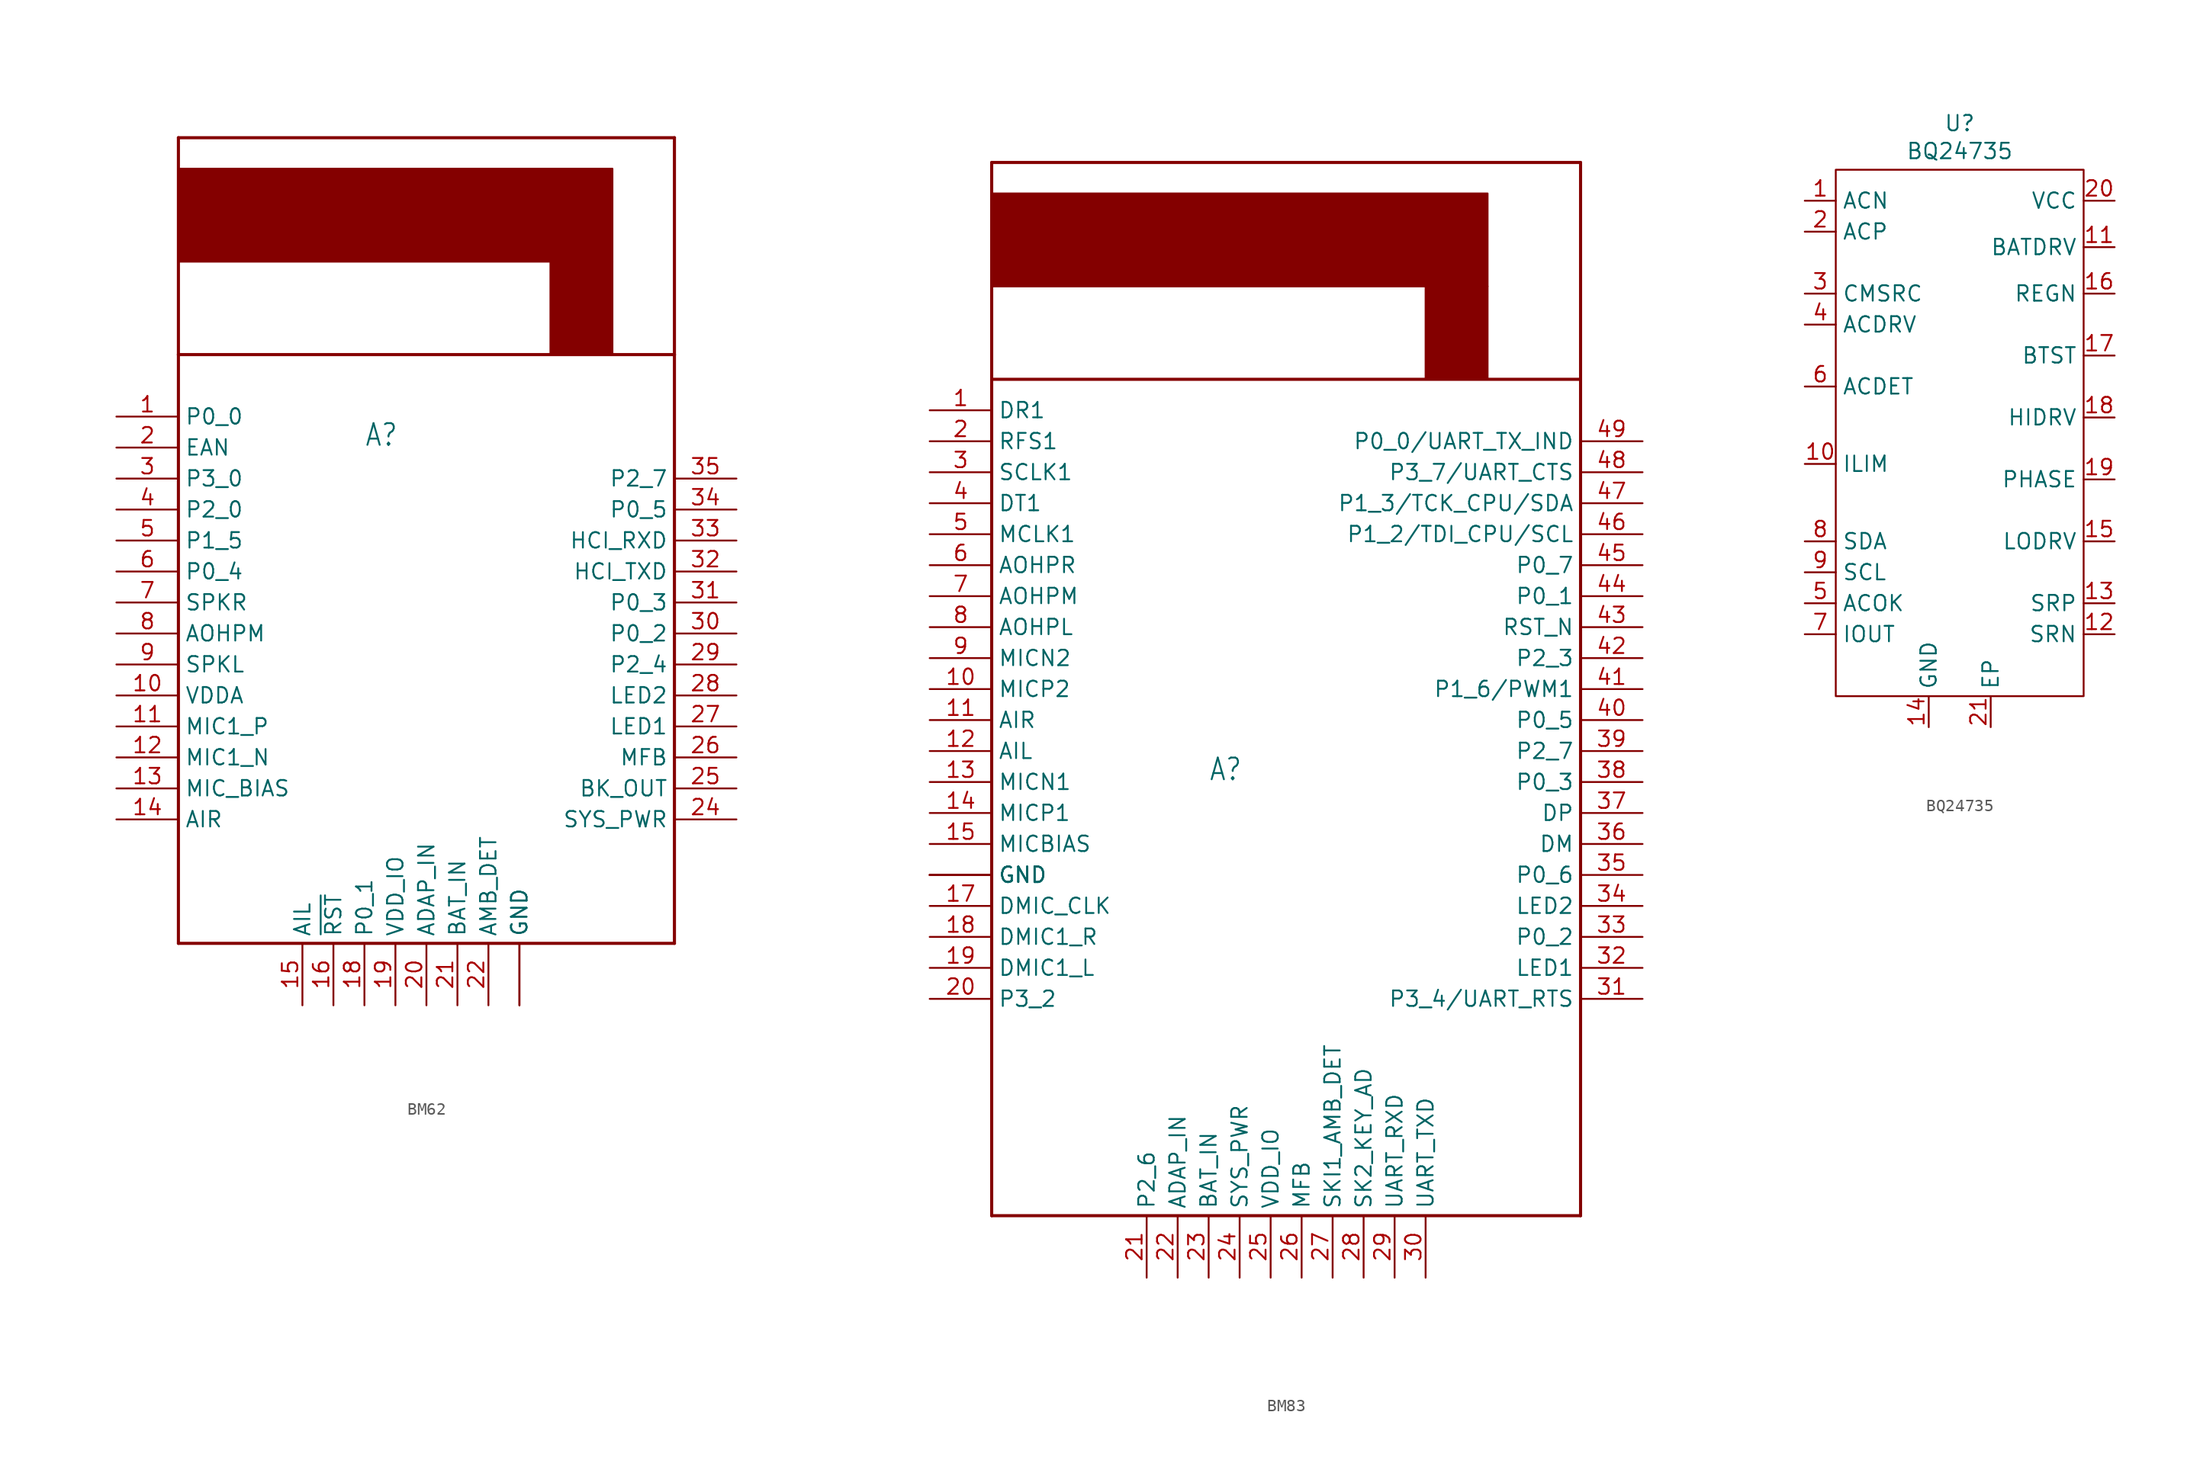
<source format=kicad_sym>
(kicad_symbol_lib
  (version 20231120)
  (generator "kicad_symbol_editor")
  (generator_version "8.0")
  (symbol "BM62"
    (property "Reference" "A"
      (at -5.08 15.24 0)
      (effects (font (size 1.778 1.511)) (justify left bottom)))
    (property "Value" ""
      (at -5.08 12.7 0)
      (effects (font (size 1.778 1.511)) (justify left bottom)))
    (property "ki_locked" ""
      (at 0 0 0)
      (effects (font (size 1.27 1.27))))
    (symbol "BM62_1_0"
      (rectangle (start -20.32 30.48) (end 15.24 38.1) (stroke (width 0) (type default)) (fill (type outline)))
      (polyline (pts (xy -20.32 -25.4) (xy 20.32 -25.4)) (stroke (width 0.254) (type solid)) (fill (type none)))
      (polyline (pts (xy -20.32 22.86) (xy -20.32 -25.4)) (stroke (width 0.254) (type solid)) (fill (type none)))
      (polyline (pts (xy -20.32 22.86) (xy 20.32 22.86)) (stroke (width 0.254) (type solid)) (fill (type none)))
      (polyline (pts (xy -20.32 40.64) (xy -20.32 22.86)) (stroke (width 0.254) (type solid)) (fill (type none)))
      (polyline (pts (xy 20.32 -25.4) (xy 20.32 22.86)) (stroke (width 0.254) (type solid)) (fill (type none)))
      (polyline (pts (xy 20.32 22.86) (xy 20.32 40.64)) (stroke (width 0.254) (type solid)) (fill (type none)))
      (polyline (pts (xy 20.32 40.64) (xy -20.32 40.64)) (stroke (width 0.254) (type solid)) (fill (type none)))
      (rectangle (start 10.16 22.86) (end 15.24 30.48) (stroke (width 0) (type default)) (fill (type outline)))
      (pin bidirectional line (at -25.4 17.78 0) (length 5.08) (name "P0_0" (effects (font (size 1.27 1.27)))) (number "1" (effects (font (size 1.27 1.27)))))
      (pin bidirectional line (at -25.4 -5.08 0) (length 5.08) (name "VDDA" (effects (font (size 1.27 1.27)))) (number "10" (effects (font (size 1.27 1.27)))))
      (pin bidirectional line (at -25.4 -7.62 0) (length 5.08) (name "MIC1_P" (effects (font (size 1.27 1.27)))) (number "11" (effects (font (size 1.27 1.27)))))
      (pin bidirectional line (at -25.4 -10.16 0) (length 5.08) (name "MIC1_N" (effects (font (size 1.27 1.27)))) (number "12" (effects (font (size 1.27 1.27)))))
      (pin bidirectional line (at -25.4 -12.7 0) (length 5.08) (name "MIC_BIAS" (effects (font (size 1.27 1.27)))) (number "13" (effects (font (size 1.27 1.27)))))
      (pin bidirectional line (at -25.4 -15.24 0) (length 5.08) (name "AIR" (effects (font (size 1.27 1.27)))) (number "14" (effects (font (size 1.27 1.27)))))
      (pin bidirectional line (at -10.16 -30.48 90) (length 5.08) (name "AIL" (effects (font (size 1.27 1.27)))) (number "15" (effects (font (size 1.27 1.27)))))
      (pin bidirectional line (at -7.62 -30.48 90) (length 5.08) (name "~{RST}" (effects (font (size 1.27 1.27)))) (number "16" (effects (font (size 1.27 1.27)))))
      (pin bidirectional line (at -5.08 -30.48 90) (length 5.08) (name "P0_1" (effects (font (size 1.27 1.27)))) (number "18" (effects (font (size 1.27 1.27)))))
      (pin bidirectional line (at -2.54 -30.48 90) (length 5.08) (name "VDD_IO" (effects (font (size 1.27 1.27)))) (number "19" (effects (font (size 1.27 1.27)))))
      (pin bidirectional line (at -25.4 15.24 0) (length 5.08) (name "EAN" (effects (font (size 1.27 1.27)))) (number "2" (effects (font (size 1.27 1.27)))))
      (pin bidirectional line (at 0 -30.48 90) (length 5.08) (name "ADAP_IN" (effects (font (size 1.27 1.27)))) (number "20" (effects (font (size 1.27 1.27)))))
      (pin bidirectional line (at 2.54 -30.48 90) (length 5.08) (name "BAT_IN" (effects (font (size 1.27 1.27)))) (number "21" (effects (font (size 1.27 1.27)))))
      (pin bidirectional line (at 5.08 -30.48 90) (length 5.08) (name "AMB_DET" (effects (font (size 1.27 1.27)))) (number "22" (effects (font (size 1.27 1.27)))))
      (pin bidirectional line (at 7.62 -30.48 90) (length 5.08) (name "GND" (effects (font (size 1.27 1.27)))) (number "23" (effects (font (size 0 0)))))
      (pin bidirectional line (at 25.4 -15.24 180) (length 5.08) (name "SYS_PWR" (effects (font (size 1.27 1.27)))) (number "24" (effects (font (size 1.27 1.27)))))
      (pin bidirectional line (at 25.4 -12.7 180) (length 5.08) (name "BK_OUT" (effects (font (size 1.27 1.27)))) (number "25" (effects (font (size 1.27 1.27)))))
      (pin bidirectional line (at 25.4 -10.16 180) (length 5.08) (name "MFB" (effects (font (size 1.27 1.27)))) (number "26" (effects (font (size 1.27 1.27)))))
      (pin bidirectional line (at 25.4 -7.62 180) (length 5.08) (name "LED1" (effects (font (size 1.27 1.27)))) (number "27" (effects (font (size 1.27 1.27)))))
      (pin bidirectional line (at 25.4 -5.08 180) (length 5.08) (name "LED2" (effects (font (size 1.27 1.27)))) (number "28" (effects (font (size 1.27 1.27)))))
      (pin bidirectional line (at 25.4 -2.54 180) (length 5.08) (name "P2_4" (effects (font (size 1.27 1.27)))) (number "29" (effects (font (size 1.27 1.27)))))
      (pin bidirectional line (at -25.4 12.7 0) (length 5.08) (name "P3_0" (effects (font (size 1.27 1.27)))) (number "3" (effects (font (size 1.27 1.27)))))
      (pin bidirectional line (at 25.4 0 180) (length 5.08) (name "P0_2" (effects (font (size 1.27 1.27)))) (number "30" (effects (font (size 1.27 1.27)))))
      (pin bidirectional line (at 25.4 2.54 180) (length 5.08) (name "P0_3" (effects (font (size 1.27 1.27)))) (number "31" (effects (font (size 1.27 1.27)))))
      (pin bidirectional line (at 25.4 5.08 180) (length 5.08) (name "HCI_TXD" (effects (font (size 1.27 1.27)))) (number "32" (effects (font (size 1.27 1.27)))))
      (pin bidirectional line (at 25.4 7.62 180) (length 5.08) (name "HCI_RXD" (effects (font (size 1.27 1.27)))) (number "33" (effects (font (size 1.27 1.27)))))
      (pin bidirectional line (at 25.4 10.16 180) (length 5.08) (name "P0_5" (effects (font (size 1.27 1.27)))) (number "34" (effects (font (size 1.27 1.27)))))
      (pin bidirectional line (at 25.4 12.7 180) (length 5.08) (name "P2_7" (effects (font (size 1.27 1.27)))) (number "35" (effects (font (size 1.27 1.27)))))
      (pin bidirectional line (at 7.62 -30.48 90) (length 5.08) (name "GND" (effects (font (size 1.27 1.27)))) (number "37" (effects (font (size 0 0)))))
      (pin bidirectional line (at -25.4 10.16 0) (length 5.08) (name "P2_0" (effects (font (size 1.27 1.27)))) (number "4" (effects (font (size 1.27 1.27)))))
      (pin bidirectional line (at -25.4 7.62 0) (length 5.08) (name "P1_5" (effects (font (size 1.27 1.27)))) (number "5" (effects (font (size 1.27 1.27)))))
      (pin bidirectional line (at -25.4 5.08 0) (length 5.08) (name "P0_4" (effects (font (size 1.27 1.27)))) (number "6" (effects (font (size 1.27 1.27)))))
      (pin bidirectional line (at -25.4 2.54 0) (length 5.08) (name "SPKR" (effects (font (size 1.27 1.27)))) (number "7" (effects (font (size 1.27 1.27)))))
      (pin bidirectional line (at -25.4 0 0) (length 5.08) (name "AOHPM" (effects (font (size 1.27 1.27)))) (number "8" (effects (font (size 1.27 1.27)))))
      (pin bidirectional line (at -25.4 -2.54 0) (length 5.08) (name "SPKL" (effects (font (size 1.27 1.27)))) (number "9" (effects (font (size 1.27 1.27)))))))
  (symbol "BM83"
    (property "Reference" "A"
      (at -5.08 0 0)
      (effects (font (size 1.778 1.511)) (justify left bottom)))
    (property "Value" ""
      (at -5.08 -2.54 0)
      (effects (font (size 1.778 1.511)) (justify left bottom)))
    (property "ki_locked" ""
      (at 0 0 0)
      (effects (font (size 1.27 1.27))))
    (symbol "BM83_1_0"
      (rectangle (start -22.86 40.64) (end 17.78 48.26) (stroke (width 0) (type default)) (fill (type outline)))
      (polyline (pts (xy -22.86 -35.56) (xy 25.4 -35.56)) (stroke (width 0.254) (type solid)) (fill (type none)))
      (polyline (pts (xy -22.86 33.02) (xy -22.86 -35.56)) (stroke (width 0.254) (type solid)) (fill (type none)))
      (polyline (pts (xy -22.86 33.02) (xy 25.4 33.02)) (stroke (width 0.254) (type solid)) (fill (type none)))
      (polyline (pts (xy -22.86 50.8) (xy -22.86 33.02)) (stroke (width 0.254) (type solid)) (fill (type none)))
      (polyline (pts (xy 25.4 -35.56) (xy 25.4 33.02)) (stroke (width 0.254) (type solid)) (fill (type none)))
      (polyline (pts (xy 25.4 33.02) (xy 25.4 50.8)) (stroke (width 0.254) (type solid)) (fill (type none)))
      (polyline (pts (xy 25.4 50.8) (xy -22.86 50.8)) (stroke (width 0.254) (type solid)) (fill (type none)))
      (rectangle (start 12.7 33.02) (end 17.78 40.64) (stroke (width 0) (type default)) (fill (type outline)))
      (pin bidirectional line (at -27.94 30.48 0) (length 5.08) (name "DR1" (effects (font (size 1.27 1.27)))) (number "1" (effects (font (size 1.27 1.27)))))
      (pin bidirectional line (at -27.94 7.62 0) (length 5.08) (name "MICP2" (effects (font (size 1.27 1.27)))) (number "10" (effects (font (size 1.27 1.27)))))
      (pin bidirectional line (at -27.94 5.08 0) (length 5.08) (name "AIR" (effects (font (size 1.27 1.27)))) (number "11" (effects (font (size 1.27 1.27)))))
      (pin bidirectional line (at -27.94 2.54 0) (length 5.08) (name "AIL" (effects (font (size 1.27 1.27)))) (number "12" (effects (font (size 1.27 1.27)))))
      (pin bidirectional line (at -27.94 0 0) (length 5.08) (name "MICN1" (effects (font (size 1.27 1.27)))) (number "13" (effects (font (size 1.27 1.27)))))
      (pin bidirectional line (at -27.94 -2.54 0) (length 5.08) (name "MICP1" (effects (font (size 1.27 1.27)))) (number "14" (effects (font (size 1.27 1.27)))))
      (pin bidirectional line (at -27.94 -5.08 0) (length 5.08) (name "MICBIAS" (effects (font (size 1.27 1.27)))) (number "15" (effects (font (size 1.27 1.27)))))
      (pin bidirectional line (at -27.94 -7.62 0) (length 5.08) (name "GND" (effects (font (size 1.27 1.27)))) (number "16" (effects (font (size 0 0)))))
      (pin bidirectional line (at -27.94 -10.16 0) (length 5.08) (name "DMIC_CLK" (effects (font (size 1.27 1.27)))) (number "17" (effects (font (size 1.27 1.27)))))
      (pin bidirectional line (at -27.94 -12.7 0) (length 5.08) (name "DMIC1_R" (effects (font (size 1.27 1.27)))) (number "18" (effects (font (size 1.27 1.27)))))
      (pin bidirectional line (at -27.94 -15.24 0) (length 5.08) (name "DMIC1_L" (effects (font (size 1.27 1.27)))) (number "19" (effects (font (size 1.27 1.27)))))
      (pin bidirectional line (at -27.94 27.94 0) (length 5.08) (name "RFS1" (effects (font (size 1.27 1.27)))) (number "2" (effects (font (size 1.27 1.27)))))
      (pin bidirectional line (at -27.94 -17.78 0) (length 5.08) (name "P3_2" (effects (font (size 1.27 1.27)))) (number "20" (effects (font (size 1.27 1.27)))))
      (pin bidirectional line (at -10.16 -40.64 90) (length 5.08) (name "P2_6" (effects (font (size 1.27 1.27)))) (number "21" (effects (font (size 1.27 1.27)))))
      (pin bidirectional line (at -7.62 -40.64 90) (length 5.08) (name "ADAP_IN" (effects (font (size 1.27 1.27)))) (number "22" (effects (font (size 1.27 1.27)))))
      (pin bidirectional line (at -5.08 -40.64 90) (length 5.08) (name "BAT_IN" (effects (font (size 1.27 1.27)))) (number "23" (effects (font (size 1.27 1.27)))))
      (pin bidirectional line (at -2.54 -40.64 90) (length 5.08) (name "SYS_PWR" (effects (font (size 1.27 1.27)))) (number "24" (effects (font (size 1.27 1.27)))))
      (pin bidirectional line (at 0 -40.64 90) (length 5.08) (name "VDD_IO" (effects (font (size 1.27 1.27)))) (number "25" (effects (font (size 1.27 1.27)))))
      (pin bidirectional line (at 2.54 -40.64 90) (length 5.08) (name "MFB" (effects (font (size 1.27 1.27)))) (number "26" (effects (font (size 1.27 1.27)))))
      (pin bidirectional line (at 5.08 -40.64 90) (length 5.08) (name "SKI1_AMB_DET" (effects (font (size 1.27 1.27)))) (number "27" (effects (font (size 1.27 1.27)))))
      (pin bidirectional line (at 7.62 -40.64 90) (length 5.08) (name "SK2_KEY_AD" (effects (font (size 1.27 1.27)))) (number "28" (effects (font (size 1.27 1.27)))))
      (pin bidirectional line (at 10.16 -40.64 90) (length 5.08) (name "UART_RXD" (effects (font (size 1.27 1.27)))) (number "29" (effects (font (size 1.27 1.27)))))
      (pin bidirectional line (at -27.94 25.4 0) (length 5.08) (name "SCLK1" (effects (font (size 1.27 1.27)))) (number "3" (effects (font (size 1.27 1.27)))))
      (pin bidirectional line (at 12.7 -40.64 90) (length 5.08) (name "UART_TXD" (effects (font (size 1.27 1.27)))) (number "30" (effects (font (size 1.27 1.27)))))
      (pin bidirectional line (at 30.48 -17.78 180) (length 5.08) (name "P3_4/UART_RTS" (effects (font (size 1.27 1.27)))) (number "31" (effects (font (size 1.27 1.27)))))
      (pin bidirectional line (at 30.48 -15.24 180) (length 5.08) (name "LED1" (effects (font (size 1.27 1.27)))) (number "32" (effects (font (size 1.27 1.27)))))
      (pin bidirectional line (at 30.48 -12.7 180) (length 5.08) (name "P0_2" (effects (font (size 1.27 1.27)))) (number "33" (effects (font (size 1.27 1.27)))))
      (pin bidirectional line (at 30.48 -10.16 180) (length 5.08) (name "LED2" (effects (font (size 1.27 1.27)))) (number "34" (effects (font (size 1.27 1.27)))))
      (pin bidirectional line (at 30.48 -7.62 180) (length 5.08) (name "P0_6" (effects (font (size 1.27 1.27)))) (number "35" (effects (font (size 1.27 1.27)))))
      (pin bidirectional line (at 30.48 -5.08 180) (length 5.08) (name "DM" (effects (font (size 1.27 1.27)))) (number "36" (effects (font (size 1.27 1.27)))))
      (pin bidirectional line (at 30.48 -2.54 180) (length 5.08) (name "DP" (effects (font (size 1.27 1.27)))) (number "37" (effects (font (size 1.27 1.27)))))
      (pin bidirectional line (at 30.48 0 180) (length 5.08) (name "P0_3" (effects (font (size 1.27 1.27)))) (number "38" (effects (font (size 1.27 1.27)))))
      (pin bidirectional line (at 30.48 2.54 180) (length 5.08) (name "P2_7" (effects (font (size 1.27 1.27)))) (number "39" (effects (font (size 1.27 1.27)))))
      (pin bidirectional line (at -27.94 22.86 0) (length 5.08) (name "DT1" (effects (font (size 1.27 1.27)))) (number "4" (effects (font (size 1.27 1.27)))))
      (pin bidirectional line (at 30.48 5.08 180) (length 5.08) (name "P0_5" (effects (font (size 1.27 1.27)))) (number "40" (effects (font (size 1.27 1.27)))))
      (pin bidirectional line (at 30.48 7.62 180) (length 5.08) (name "P1_6/PWM1" (effects (font (size 1.27 1.27)))) (number "41" (effects (font (size 1.27 1.27)))))
      (pin bidirectional line (at 30.48 10.16 180) (length 5.08) (name "P2_3" (effects (font (size 1.27 1.27)))) (number "42" (effects (font (size 1.27 1.27)))))
      (pin bidirectional line (at 30.48 12.7 180) (length 5.08) (name "RST_N" (effects (font (size 1.27 1.27)))) (number "43" (effects (font (size 1.27 1.27)))))
      (pin bidirectional line (at 30.48 15.24 180) (length 5.08) (name "P0_1" (effects (font (size 1.27 1.27)))) (number "44" (effects (font (size 1.27 1.27)))))
      (pin bidirectional line (at 30.48 17.78 180) (length 5.08) (name "P0_7" (effects (font (size 1.27 1.27)))) (number "45" (effects (font (size 1.27 1.27)))))
      (pin bidirectional line (at 30.48 20.32 180) (length 5.08) (name "P1_2/TDI_CPU/SCL" (effects (font (size 1.27 1.27)))) (number "46" (effects (font (size 1.27 1.27)))))
      (pin bidirectional line (at 30.48 22.86 180) (length 5.08) (name "P1_3/TCK_CPU/SDA" (effects (font (size 1.27 1.27)))) (number "47" (effects (font (size 1.27 1.27)))))
      (pin bidirectional line (at 30.48 25.4 180) (length 5.08) (name "P3_7/UART_CTS" (effects (font (size 1.27 1.27)))) (number "48" (effects (font (size 1.27 1.27)))))
      (pin bidirectional line (at 30.48 27.94 180) (length 5.08) (name "P0_0/UART_TX_IND" (effects (font (size 1.27 1.27)))) (number "49" (effects (font (size 1.27 1.27)))))
      (pin bidirectional line (at -27.94 20.32 0) (length 5.08) (name "MCLK1" (effects (font (size 1.27 1.27)))) (number "5" (effects (font (size 1.27 1.27)))))
      (pin bidirectional line (at -27.94 -7.62 0) (length 5.08) (name "GND" (effects (font (size 1.27 1.27)))) (number "50" (effects (font (size 0 0)))))
      (pin bidirectional line (at -27.94 17.78 0) (length 5.08) (name "AOHPR" (effects (font (size 1.27 1.27)))) (number "6" (effects (font (size 1.27 1.27)))))
      (pin bidirectional line (at -27.94 15.24 0) (length 5.08) (name "AOHPM" (effects (font (size 1.27 1.27)))) (number "7" (effects (font (size 1.27 1.27)))))
      (pin bidirectional line (at -27.94 12.7 0) (length 5.08) (name "AOHPL" (effects (font (size 1.27 1.27)))) (number "8" (effects (font (size 1.27 1.27)))))
      (pin bidirectional line (at -27.94 10.16 0) (length 5.08) (name "MICN2" (effects (font (size 1.27 1.27)))) (number "9" (effects (font (size 1.27 1.27)))))
      (pin bidirectional line (at -27.94 -7.62 0) (length 5.08) (name "GND" (effects (font (size 1.27 1.27)))) (number "G1" (effects (font (size 0 0)))))
      (pin bidirectional line (at -27.94 -7.62 0) (length 5.08) (name "GND" (effects (font (size 1.27 1.27)))) (number "G2" (effects (font (size 0 0)))))))
  (symbol "BQ24735"
    (property "Reference" "U"
      (at 0 25.4 0)
      (effects (font (size 1.27 1.27))))
    (property "Value" "BQ24735"
      (at 0 23.114 0)
      (effects (font (size 1.27 1.27))))
    (symbol "BQ24735_0_0"
      (pin input line (at -12.7 19.05 0) (length 2.54) (name "ACN" (effects (font (size 1.27 1.27)))) (number "1" (effects (font (size 1.27 1.27)))))
      (pin input line (at -12.7 -2.54 0) (length 2.54) (name "ILIM" (effects (font (size 1.27 1.27)))) (number "10" (effects (font (size 1.27 1.27)))))
      (pin output line (at 12.7 15.24 180) (length 2.54) (name "BATDRV" (effects (font (size 1.27 1.27)))) (number "11" (effects (font (size 1.27 1.27)))))
      (pin input line (at 12.7 -16.51 180) (length 2.54) (name "SRN" (effects (font (size 1.27 1.27)))) (number "12" (effects (font (size 1.27 1.27)))))
      (pin input line (at 12.7 -13.97 180) (length 2.54) (name "SRP" (effects (font (size 1.27 1.27)))) (number "13" (effects (font (size 1.27 1.27)))))
      (pin power_in line (at -2.54 -24.13 90) (length 2.54) (name "GND" (effects (font (size 1.27 1.27)))) (number "14" (effects (font (size 1.27 1.27)))))
      (pin output line (at 12.7 -8.89 180) (length 2.54) (name "LODRV" (effects (font (size 1.27 1.27)))) (number "15" (effects (font (size 1.27 1.27)))))
      (pin power_out line (at 12.7 11.43 180) (length 2.54) (name "REGN" (effects (font (size 1.27 1.27)))) (number "16" (effects (font (size 1.27 1.27)))))
      (pin input line (at 12.7 6.35 180) (length 2.54) (name "BTST" (effects (font (size 1.27 1.27)))) (number "17" (effects (font (size 1.27 1.27)))))
      (pin output line (at 12.7 1.27 180) (length 2.54) (name "HIDRV" (effects (font (size 1.27 1.27)))) (number "18" (effects (font (size 1.27 1.27)))))
      (pin input line (at 12.7 -3.81 180) (length 2.54) (name "PHASE" (effects (font (size 1.27 1.27)))) (number "19" (effects (font (size 1.27 1.27)))))
      (pin input line (at -12.7 16.51 0) (length 2.54) (name "ACP" (effects (font (size 1.27 1.27)))) (number "2" (effects (font (size 1.27 1.27)))))
      (pin power_in line (at 12.7 19.05 180) (length 2.54) (name "VCC" (effects (font (size 1.27 1.27)))) (number "20" (effects (font (size 1.27 1.27)))))
      (pin passive line (at 2.54 -24.13 90) (length 2.54) (name "EP" (effects (font (size 1.27 1.27)))) (number "21" (effects (font (size 1.27 1.27)))))
      (pin input line (at -12.7 11.43 0) (length 2.54) (name "CMSRC" (effects (font (size 1.27 1.27)))) (number "3" (effects (font (size 1.27 1.27)))))
      (pin output line (at -12.7 8.89 0) (length 2.54) (name "ACDRV" (effects (font (size 1.27 1.27)))) (number "4" (effects (font (size 1.27 1.27)))))
      (pin open_collector line (at -12.7 -13.97 0) (length 2.54) (name "ACOK" (effects (font (size 1.27 1.27)))) (number "5" (effects (font (size 1.27 1.27)))))
      (pin input line (at -12.7 3.81 0) (length 2.54) (name "ACDET" (effects (font (size 1.27 1.27)))) (number "6" (effects (font (size 1.27 1.27)))))
      (pin output line (at -12.7 -16.51 0) (length 2.54) (name "IOUT" (effects (font (size 1.27 1.27)))) (number "7" (effects (font (size 1.27 1.27)))))
      (pin bidirectional line (at -12.7 -8.89 0) (length 2.54) (name "SDA" (effects (font (size 1.27 1.27)))) (number "8" (effects (font (size 1.27 1.27)))))
      (pin bidirectional line (at -12.7 -11.43 0) (length 2.54) (name "SCL" (effects (font (size 1.27 1.27)))) (number "9" (effects (font (size 1.27 1.27))))))
    (symbol "BQ24735_0_1"
      (rectangle (start -10.16 21.59) (end 10.16 -21.59) (stroke (width 0) (type default)) (fill (type none))))))
</source>
